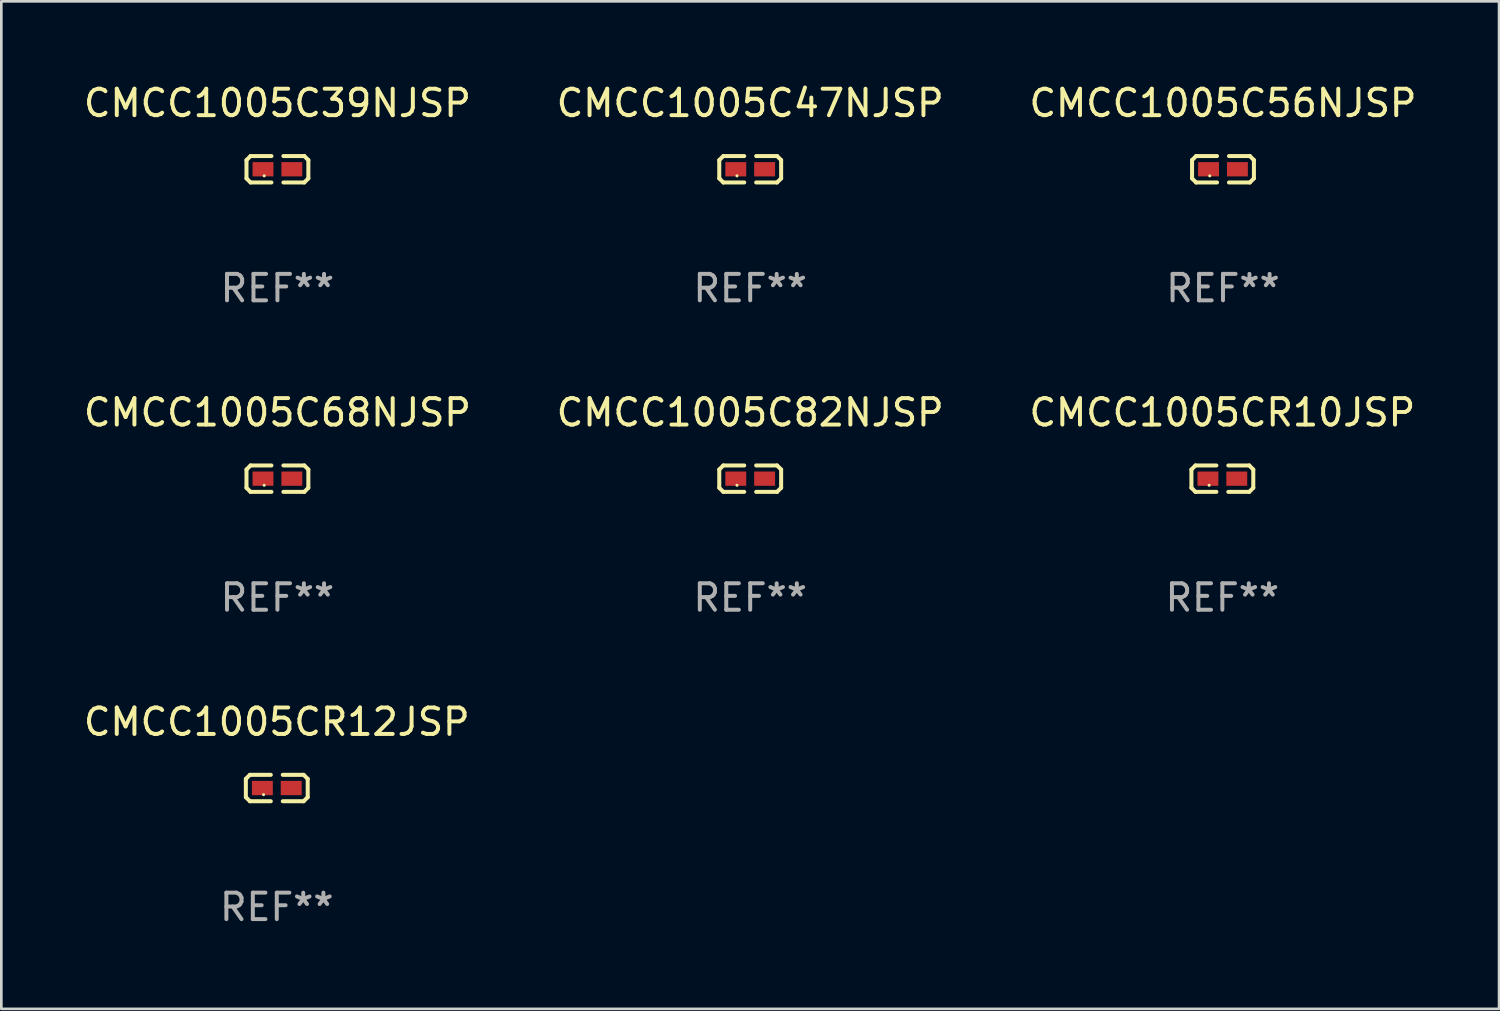
<source format=kicad_pcb>
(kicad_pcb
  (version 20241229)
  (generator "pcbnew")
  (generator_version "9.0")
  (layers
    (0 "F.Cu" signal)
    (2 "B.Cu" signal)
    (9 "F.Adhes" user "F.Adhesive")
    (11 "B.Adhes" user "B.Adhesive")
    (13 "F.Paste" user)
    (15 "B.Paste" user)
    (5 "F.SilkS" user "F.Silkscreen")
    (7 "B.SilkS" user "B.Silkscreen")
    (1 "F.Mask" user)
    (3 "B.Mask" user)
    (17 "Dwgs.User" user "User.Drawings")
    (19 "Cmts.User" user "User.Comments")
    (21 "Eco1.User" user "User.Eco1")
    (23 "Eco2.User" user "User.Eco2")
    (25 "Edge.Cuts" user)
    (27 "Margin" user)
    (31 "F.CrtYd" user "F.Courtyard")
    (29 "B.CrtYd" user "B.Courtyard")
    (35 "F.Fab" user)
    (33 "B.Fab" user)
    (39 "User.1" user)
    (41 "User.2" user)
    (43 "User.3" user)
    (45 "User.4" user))
  (footprint "CMCC1005C68NJSP"
    (layer "F.Cu")
    (at 7.435 15.041)
    (property "Reference" "CMCC1005C68NJSP" (at 0 -2.499 0) (layer "F.SilkS") (effects (font (size 1 1) (thickness 0.15))))
    (attr through_hole)
    (fp_line (start -1.169 -0.346) (end -1.016 -0.499) (stroke (width 0.152) (type solid)) (layer "F.SilkS"))
    (fp_line (start -1.169 0.346) (end -1.169 -0.346) (stroke (width 0.152) (type solid)) (layer "F.SilkS"))
    (fp_line (start -1.016 -0.499) (end -0.226 -0.499) (stroke (width 0.152) (type solid)) (layer "F.SilkS"))
    (fp_line (start -1.016 0.499) (end -1.169 0.346) (stroke (width 0.152) (type solid)) (layer "F.SilkS"))
    (fp_line (start -0.226 0.499) (end -1.016 0.499) (stroke (width 0.152) (type solid)) (layer "F.SilkS"))
    (fp_line (start 0.226 0.499) (end 1.016 0.499) (stroke (width 0.152) (type solid)) (layer "F.SilkS"))
    (fp_line (start 1.016 -0.499) (end 0.226 -0.499) (stroke (width 0.152) (type solid)) (layer "F.SilkS"))
    (fp_line (start 1.016 0.499) (end 1.169 0.346) (stroke (width 0.152) (type solid)) (layer "F.SilkS"))
    (fp_line (start 1.169 -0.346) (end 1.016 -0.499) (stroke (width 0.152) (type solid)) (layer "F.SilkS"))
    (fp_line (start 1.169 0.346) (end 1.169 -0.346) (stroke (width 0.152) (type solid)) (layer "F.SilkS"))
    (fp_circle (center -0.5 0.25) (end -0.47 0.25) (stroke (width 0.06) (type solid)) (fill no) (layer "F.SilkS"))
    (fp_text user "REF**" (at 0 4.499 0) (layer "F.Fab") (effects (font (size 1 1) (thickness 0.15))))
    (pad "1" smd rect (at -0.545 0) (size 0.79 0.54) (layers "F.Cu" "F.Mask" "F.Paste"))
    (pad "2" smd rect (at 0.545 0) (size 0.79 0.54) (layers "F.Cu" "F.Mask" "F.Paste")))
  (footprint "CMCC1005C82NJSP"
    (layer "F.Cu")
    (at 25.304 15.041)
    (property "Reference" "CMCC1005C82NJSP" (at 0 -2.499 0) (layer "F.SilkS") (effects (font (size 1 1) (thickness 0.15))))
    (attr through_hole)
    (fp_line (start -1.169 -0.346) (end -1.016 -0.499) (stroke (width 0.152) (type solid)) (layer "F.SilkS"))
    (fp_line (start -1.169 0.346) (end -1.169 -0.346) (stroke (width 0.152) (type solid)) (layer "F.SilkS"))
    (fp_line (start -1.016 -0.499) (end -0.226 -0.499) (stroke (width 0.152) (type solid)) (layer "F.SilkS"))
    (fp_line (start -1.016 0.499) (end -1.169 0.346) (stroke (width 0.152) (type solid)) (layer "F.SilkS"))
    (fp_line (start -0.226 0.499) (end -1.016 0.499) (stroke (width 0.152) (type solid)) (layer "F.SilkS"))
    (fp_line (start 0.226 0.499) (end 1.016 0.499) (stroke (width 0.152) (type solid)) (layer "F.SilkS"))
    (fp_line (start 1.016 -0.499) (end 0.226 -0.499) (stroke (width 0.152) (type solid)) (layer "F.SilkS"))
    (fp_line (start 1.016 0.499) (end 1.169 0.346) (stroke (width 0.152) (type solid)) (layer "F.SilkS"))
    (fp_line (start 1.169 -0.346) (end 1.016 -0.499) (stroke (width 0.152) (type solid)) (layer "F.SilkS"))
    (fp_line (start 1.169 0.346) (end 1.169 -0.346) (stroke (width 0.152) (type solid)) (layer "F.SilkS"))
    (fp_circle (center -0.5 0.25) (end -0.47 0.25) (stroke (width 0.06) (type solid)) (fill no) (layer "F.SilkS"))
    (fp_text user "REF**" (at 0 4.499 0) (layer "F.Fab") (effects (font (size 1 1) (thickness 0.15))))
    (pad "1" smd rect (at -0.545 0) (size 0.79 0.54) (layers "F.Cu" "F.Mask" "F.Paste"))
    (pad "2" smd rect (at 0.545 0) (size 0.79 0.54) (layers "F.Cu" "F.Mask" "F.Paste")))
  (footprint "CMCC1005C39NJSP"
    (layer "F.Cu")
    (at 7.435 3.347)
    (property "Reference" "CMCC1005C39NJSP" (at 0 -2.499 0) (layer "F.SilkS") (effects (font (size 1 1) (thickness 0.15))))
    (attr through_hole)
    (fp_line (start -1.169 -0.346) (end -1.016 -0.499) (stroke (width 0.152) (type solid)) (layer "F.SilkS"))
    (fp_line (start -1.169 0.346) (end -1.169 -0.346) (stroke (width 0.152) (type solid)) (layer "F.SilkS"))
    (fp_line (start -1.016 -0.499) (end -0.226 -0.499) (stroke (width 0.152) (type solid)) (layer "F.SilkS"))
    (fp_line (start -1.016 0.499) (end -1.169 0.346) (stroke (width 0.152) (type solid)) (layer "F.SilkS"))
    (fp_line (start -0.226 0.499) (end -1.016 0.499) (stroke (width 0.152) (type solid)) (layer "F.SilkS"))
    (fp_line (start 0.226 0.499) (end 1.016 0.499) (stroke (width 0.152) (type solid)) (layer "F.SilkS"))
    (fp_line (start 1.016 -0.499) (end 0.226 -0.499) (stroke (width 0.152) (type solid)) (layer "F.SilkS"))
    (fp_line (start 1.016 0.499) (end 1.169 0.346) (stroke (width 0.152) (type solid)) (layer "F.SilkS"))
    (fp_line (start 1.169 -0.346) (end 1.016 -0.499) (stroke (width 0.152) (type solid)) (layer "F.SilkS"))
    (fp_line (start 1.169 0.346) (end 1.169 -0.346) (stroke (width 0.152) (type solid)) (layer "F.SilkS"))
    (fp_circle (center -0.5 0.25) (end -0.47 0.25) (stroke (width 0.06) (type solid)) (fill no) (layer "F.SilkS"))
    (fp_text user "REF**" (at 0 4.499 0) (layer "F.Fab") (effects (font (size 1 1) (thickness 0.15))))
    (pad "1" smd rect (at -0.545 0) (size 0.79 0.54) (layers "F.Cu" "F.Mask" "F.Paste"))
    (pad "2" smd rect (at 0.545 0) (size 0.79 0.54) (layers "F.Cu" "F.Mask" "F.Paste")))
  (footprint "CMCC1005CR10JSP"
    (layer "F.Cu")
    (at 43.149 15.041)
    (property "Reference" "CMCC1005CR10JSP" (at 0 -2.499 0) (layer "F.SilkS") (effects (font (size 1 1) (thickness 0.15))))
    (attr through_hole)
    (fp_line (start -1.169 -0.346) (end -1.016 -0.499) (stroke (width 0.152) (type solid)) (layer "F.SilkS"))
    (fp_line (start -1.169 0.346) (end -1.169 -0.346) (stroke (width 0.152) (type solid)) (layer "F.SilkS"))
    (fp_line (start -1.016 -0.499) (end -0.226 -0.499) (stroke (width 0.152) (type solid)) (layer "F.SilkS"))
    (fp_line (start -1.016 0.499) (end -1.169 0.346) (stroke (width 0.152) (type solid)) (layer "F.SilkS"))
    (fp_line (start -0.226 0.499) (end -1.016 0.499) (stroke (width 0.152) (type solid)) (layer "F.SilkS"))
    (fp_line (start 0.226 0.499) (end 1.016 0.499) (stroke (width 0.152) (type solid)) (layer "F.SilkS"))
    (fp_line (start 1.016 -0.499) (end 0.226 -0.499) (stroke (width 0.152) (type solid)) (layer "F.SilkS"))
    (fp_line (start 1.016 0.499) (end 1.169 0.346) (stroke (width 0.152) (type solid)) (layer "F.SilkS"))
    (fp_line (start 1.169 -0.346) (end 1.016 -0.499) (stroke (width 0.152) (type solid)) (layer "F.SilkS"))
    (fp_line (start 1.169 0.346) (end 1.169 -0.346) (stroke (width 0.152) (type solid)) (layer "F.SilkS"))
    (fp_circle (center -0.5 0.25) (end -0.47 0.25) (stroke (width 0.06) (type solid)) (fill no) (layer "F.SilkS"))
    (fp_text user "REF**" (at 0 4.499 0) (layer "F.Fab") (effects (font (size 1 1) (thickness 0.15))))
    (pad "1" smd rect (at -0.545 0) (size 0.79 0.54) (layers "F.Cu" "F.Mask" "F.Paste"))
    (pad "2" smd rect (at 0.545 0) (size 0.79 0.54) (layers "F.Cu" "F.Mask" "F.Paste")))
  (footprint "CMCC1005C47NJSP"
    (layer "F.Cu")
    (at 25.304 3.347)
    (property "Reference" "CMCC1005C47NJSP" (at 0 -2.499 0) (layer "F.SilkS") (effects (font (size 1 1) (thickness 0.15))))
    (attr through_hole)
    (fp_line (start -1.169 -0.346) (end -1.016 -0.499) (stroke (width 0.152) (type solid)) (layer "F.SilkS"))
    (fp_line (start -1.169 0.346) (end -1.169 -0.346) (stroke (width 0.152) (type solid)) (layer "F.SilkS"))
    (fp_line (start -1.016 -0.499) (end -0.226 -0.499) (stroke (width 0.152) (type solid)) (layer "F.SilkS"))
    (fp_line (start -1.016 0.499) (end -1.169 0.346) (stroke (width 0.152) (type solid)) (layer "F.SilkS"))
    (fp_line (start -0.226 0.499) (end -1.016 0.499) (stroke (width 0.152) (type solid)) (layer "F.SilkS"))
    (fp_line (start 0.226 0.499) (end 1.016 0.499) (stroke (width 0.152) (type solid)) (layer "F.SilkS"))
    (fp_line (start 1.016 -0.499) (end 0.226 -0.499) (stroke (width 0.152) (type solid)) (layer "F.SilkS"))
    (fp_line (start 1.016 0.499) (end 1.169 0.346) (stroke (width 0.152) (type solid)) (layer "F.SilkS"))
    (fp_line (start 1.169 -0.346) (end 1.016 -0.499) (stroke (width 0.152) (type solid)) (layer "F.SilkS"))
    (fp_line (start 1.169 0.346) (end 1.169 -0.346) (stroke (width 0.152) (type solid)) (layer "F.SilkS"))
    (fp_circle (center -0.5 0.25) (end -0.47 0.25) (stroke (width 0.06) (type solid)) (fill no) (layer "F.SilkS"))
    (fp_text user "REF**" (at 0 4.499 0) (layer "F.Fab") (effects (font (size 1 1) (thickness 0.15))))
    (pad "1" smd rect (at -0.545 0) (size 0.79 0.54) (layers "F.Cu" "F.Mask" "F.Paste"))
    (pad "2" smd rect (at 0.545 0) (size 0.79 0.54) (layers "F.Cu" "F.Mask" "F.Paste")))
  (footprint "CMCC1005CR12JSP"
    (layer "F.Cu")
    (at 7.411 26.734)
    (property "Reference" "CMCC1005CR12JSP" (at 0 -2.499 0) (layer "F.SilkS") (effects (font (size 1 1) (thickness 0.15))))
    (attr through_hole)
    (fp_line (start -1.169 -0.346) (end -1.016 -0.499) (stroke (width 0.152) (type solid)) (layer "F.SilkS"))
    (fp_line (start -1.169 0.346) (end -1.169 -0.346) (stroke (width 0.152) (type solid)) (layer "F.SilkS"))
    (fp_line (start -1.016 -0.499) (end -0.226 -0.499) (stroke (width 0.152) (type solid)) (layer "F.SilkS"))
    (fp_line (start -1.016 0.499) (end -1.169 0.346) (stroke (width 0.152) (type solid)) (layer "F.SilkS"))
    (fp_line (start -0.226 0.499) (end -1.016 0.499) (stroke (width 0.152) (type solid)) (layer "F.SilkS"))
    (fp_line (start 0.226 0.499) (end 1.016 0.499) (stroke (width 0.152) (type solid)) (layer "F.SilkS"))
    (fp_line (start 1.016 -0.499) (end 0.226 -0.499) (stroke (width 0.152) (type solid)) (layer "F.SilkS"))
    (fp_line (start 1.016 0.499) (end 1.169 0.346) (stroke (width 0.152) (type solid)) (layer "F.SilkS"))
    (fp_line (start 1.169 -0.346) (end 1.016 -0.499) (stroke (width 0.152) (type solid)) (layer "F.SilkS"))
    (fp_line (start 1.169 0.346) (end 1.169 -0.346) (stroke (width 0.152) (type solid)) (layer "F.SilkS"))
    (fp_circle (center -0.5 0.25) (end -0.47 0.25) (stroke (width 0.06) (type solid)) (fill no) (layer "F.SilkS"))
    (fp_text user "REF**" (at 0 4.499 0) (layer "F.Fab") (effects (font (size 1 1) (thickness 0.15))))
    (pad "1" smd rect (at -0.545 0) (size 0.79 0.54) (layers "F.Cu" "F.Mask" "F.Paste"))
    (pad "2" smd rect (at 0.545 0) (size 0.79 0.54) (layers "F.Cu" "F.Mask" "F.Paste")))
  (footprint "CMCC1005C56NJSP"
    (layer "F.Cu")
    (at 43.173 3.347)
    (property "Reference" "CMCC1005C56NJSP" (at 0 -2.499 0) (layer "F.SilkS") (effects (font (size 1 1) (thickness 0.15))))
    (attr through_hole)
    (fp_line (start -1.169 -0.346) (end -1.016 -0.499) (stroke (width 0.152) (type solid)) (layer "F.SilkS"))
    (fp_line (start -1.169 0.346) (end -1.169 -0.346) (stroke (width 0.152) (type solid)) (layer "F.SilkS"))
    (fp_line (start -1.016 -0.499) (end -0.226 -0.499) (stroke (width 0.152) (type solid)) (layer "F.SilkS"))
    (fp_line (start -1.016 0.499) (end -1.169 0.346) (stroke (width 0.152) (type solid)) (layer "F.SilkS"))
    (fp_line (start -0.226 0.499) (end -1.016 0.499) (stroke (width 0.152) (type solid)) (layer "F.SilkS"))
    (fp_line (start 0.226 0.499) (end 1.016 0.499) (stroke (width 0.152) (type solid)) (layer "F.SilkS"))
    (fp_line (start 1.016 -0.499) (end 0.226 -0.499) (stroke (width 0.152) (type solid)) (layer "F.SilkS"))
    (fp_line (start 1.016 0.499) (end 1.169 0.346) (stroke (width 0.152) (type solid)) (layer "F.SilkS"))
    (fp_line (start 1.169 -0.346) (end 1.016 -0.499) (stroke (width 0.152) (type solid)) (layer "F.SilkS"))
    (fp_line (start 1.169 0.346) (end 1.169 -0.346) (stroke (width 0.152) (type solid)) (layer "F.SilkS"))
    (fp_circle (center -0.5 0.25) (end -0.47 0.25) (stroke (width 0.06) (type solid)) (fill no) (layer "F.SilkS"))
    (fp_text user "REF**" (at 0 4.499 0) (layer "F.Fab") (effects (font (size 1 1) (thickness 0.15))))
    (pad "1" smd rect (at -0.545 0) (size 0.79 0.54) (layers "F.Cu" "F.Mask" "F.Paste"))
    (pad "2" smd rect (at 0.545 0) (size 0.79 0.54) (layers "F.Cu" "F.Mask" "F.Paste")))
  (gr_rect
    (start -3 -3)
    (end 53.607 35.081)
    (stroke (width 0.1) (type default))
    (fill no)
    (layer "Edge.Cuts")))
</source>
